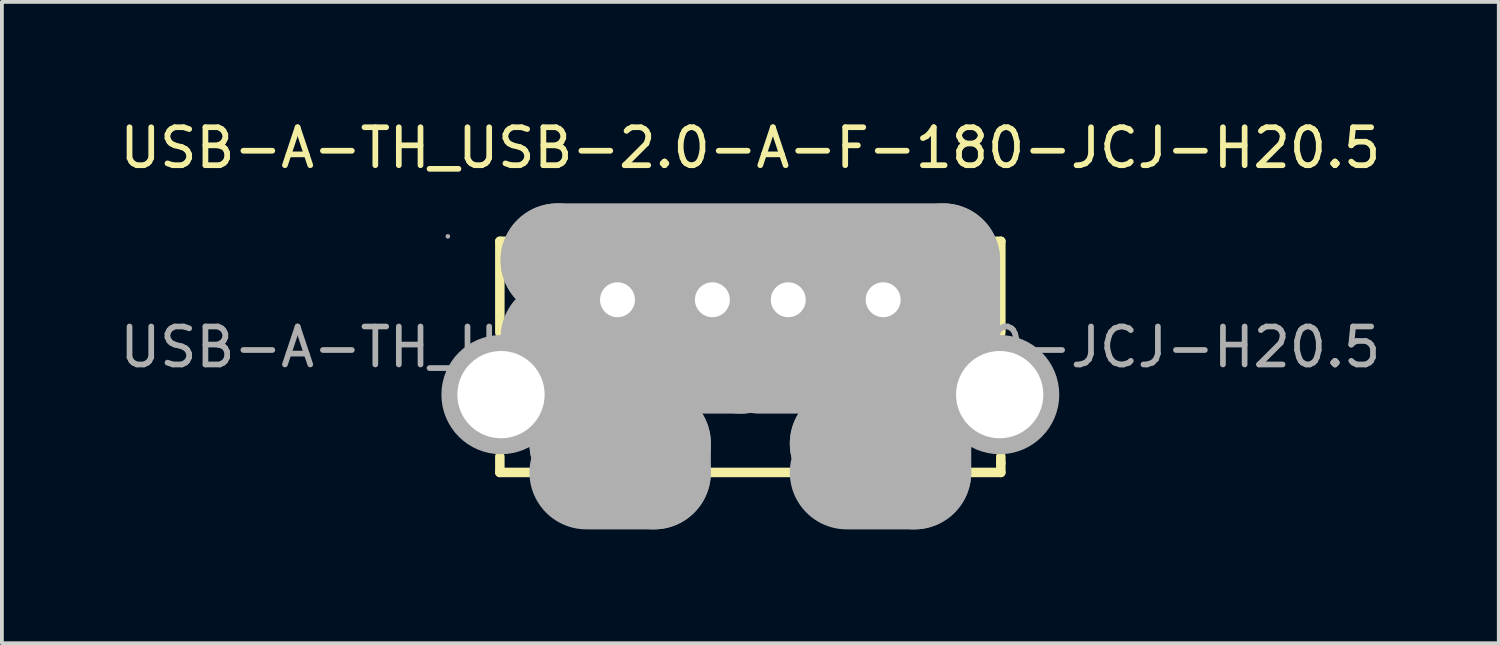
<source format=kicad_pcb>
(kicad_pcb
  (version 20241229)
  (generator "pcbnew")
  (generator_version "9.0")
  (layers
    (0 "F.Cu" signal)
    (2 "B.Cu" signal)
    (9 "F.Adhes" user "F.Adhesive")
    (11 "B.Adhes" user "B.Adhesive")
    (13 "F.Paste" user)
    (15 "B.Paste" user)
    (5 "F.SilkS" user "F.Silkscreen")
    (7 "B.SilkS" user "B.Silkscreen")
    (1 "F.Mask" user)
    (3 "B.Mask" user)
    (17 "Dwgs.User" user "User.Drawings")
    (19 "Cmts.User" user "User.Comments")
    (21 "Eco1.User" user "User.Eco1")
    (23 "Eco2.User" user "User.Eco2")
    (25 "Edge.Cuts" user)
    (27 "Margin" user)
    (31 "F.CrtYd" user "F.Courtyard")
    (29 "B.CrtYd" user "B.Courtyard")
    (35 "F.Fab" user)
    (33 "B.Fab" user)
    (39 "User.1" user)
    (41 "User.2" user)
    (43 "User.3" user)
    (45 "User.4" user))
  (footprint "USB-A-TH_USB-2.0-A-F-180-JCJ-H20.5"
    (layer "F.Cu")
    (at 16.72 6.098)
    (property "Reference" "USB-A-TH_USB-2.0-A-F-180-JCJ-H20.5" (at 0 -5.25 0) (layer "F.SilkS") (effects (font (size 1 1) (thickness 0.15))))
    (attr through_hole)
    (fp_line (start -6.6 -2.79) (end -6.6 -0.38) (stroke (width 0.25) (type solid)) (layer "F.SilkS"))
    (fp_line (start -6.6 2.88) (end -6.6 3.3) (stroke (width 0.25) (type solid)) (layer "F.SilkS"))
    (fp_line (start -6.6 3.3) (end 6.6 3.3) (stroke (width 0.25) (type solid)) (layer "F.SilkS"))
    (fp_line (start 6.6 -2.79) (end -6.6 -2.79) (stroke (width 0.25) (type solid)) (layer "F.SilkS"))
    (fp_line (start 6.6 -0.38) (end 6.6 -2.79) (stroke (width 0.25) (type solid)) (layer "F.SilkS"))
    (fp_line (start 6.6 3.05) (end 6.6 2.88) (stroke (width 0.25) (type solid)) (layer "F.SilkS"))
    (fp_line (start 6.6 3.3) (end 6.6 3.05) (stroke (width 0.25) (type solid)) (layer "F.SilkS"))
    (fp_line (start -5.08 -2.29) (end -5.08 -2.29) (stroke (width 3) (type solid)) (layer "F.Fab"))
    (fp_line (start -5.08 -2.29) (end 5.08 -2.29) (stroke (width 3) (type solid)) (layer "F.Fab"))
    (fp_line (start -4.32 -0.25) (end -4.32 -0.25) (stroke (width 3) (type solid)) (layer "F.Fab"))
    (fp_line (start -4.32 -0.25) (end -2.54 -0.25) (stroke (width 3) (type solid)) (layer "F.Fab"))
    (fp_line (start -4.32 2.54) (end -4.32 2.54) (stroke (width 3) (type solid)) (layer "F.Fab"))
    (fp_line (start -4.32 2.54) (end -2.54 2.54) (stroke (width 3) (type solid)) (layer "F.Fab"))
    (fp_line (start -2.54 -0.25) (end -2.54 0.25) (stroke (width 3) (type solid)) (layer "F.Fab"))
    (fp_line (start -2.54 0.25) (end -4.32 0.25) (stroke (width 3) (type solid)) (layer "F.Fab"))
    (fp_line (start -2.54 2.54) (end -2.54 3.3) (stroke (width 3) (type solid)) (layer "F.Fab"))
    (fp_line (start -2.54 3.3) (end -4.32 3.3) (stroke (width 3) (type solid)) (layer "F.Fab"))
    (fp_line (start -1.78 -0.25) (end -1.78 -0.25) (stroke (width 3) (type solid)) (layer "F.Fab"))
    (fp_line (start -1.78 -0.25) (end -0.25 -0.25) (stroke (width 3) (type solid)) (layer "F.Fab"))
    (fp_line (start -0.25 -0.25) (end -0.25 0.25) (stroke (width 3) (type solid)) (layer "F.Fab"))
    (fp_line (start -0.25 0.25) (end -1.78 0.25) (stroke (width 3) (type solid)) (layer "F.Fab"))
    (fp_line (start 0.25 -0.25) (end 0.25 -0.25) (stroke (width 3) (type solid)) (layer "F.Fab"))
    (fp_line (start 0.25 -0.25) (end 1.78 -0.25) (stroke (width 3) (type solid)) (layer "F.Fab"))
    (fp_line (start 1.78 -0.25) (end 1.78 0.25) (stroke (width 3) (type solid)) (layer "F.Fab"))
    (fp_line (start 1.78 0.25) (end 0.25 0.25) (stroke (width 3) (type solid)) (layer "F.Fab"))
    (fp_line (start 2.54 -0.25) (end 2.54 -0.25) (stroke (width 3) (type solid)) (layer "F.Fab"))
    (fp_line (start 2.54 -0.25) (end 4.32 -0.25) (stroke (width 3) (type solid)) (layer "F.Fab"))
    (fp_line (start 2.54 2.54) (end 2.54 2.54) (stroke (width 3) (type solid)) (layer "F.Fab"))
    (fp_line (start 2.54 2.54) (end 4.32 2.54) (stroke (width 3) (type solid)) (layer "F.Fab"))
    (fp_line (start 4.32 -0.25) (end 4.32 0.25) (stroke (width 3) (type solid)) (layer "F.Fab"))
    (fp_line (start 4.32 0.25) (end 2.54 0.25) (stroke (width 3) (type solid)) (layer "F.Fab"))
    (fp_line (start 4.32 2.54) (end 4.32 3.3) (stroke (width 3) (type solid)) (layer "F.Fab"))
    (fp_line (start 4.32 3.3) (end 2.54 3.3) (stroke (width 3) (type solid)) (layer "F.Fab"))
    (fp_line (start 5.08 -2.29) (end 5.08 -0.25) (stroke (width 3) (type solid)) (layer "F.Fab"))
    (fp_line (start 5.08 -0.25) (end -5.08 -0.25) (stroke (width 3) (type solid)) (layer "F.Fab"))
    (fp_circle (center -7.97 -2.92) (end -7.94 -2.92) (stroke (width 0.06) (type solid)) (fill no) (layer "F.Fab"))
    (fp_circle (center -6.57 1.25) (end -6.05 1.25) (stroke (width 1.05) (type solid)) (fill no) (layer "F.Fab"))
    (fp_circle (center -3.5 -1.25) (end -3.32 -1.25) (stroke (width 0.36) (type solid)) (fill no) (layer "F.Fab"))
    (fp_circle (center -1 -1.25) (end -0.82 -1.25) (stroke (width 0.36) (type solid)) (fill no) (layer "F.Fab"))
    (fp_circle (center 1 -1.25) (end 1.18 -1.25) (stroke (width 0.36) (type solid)) (fill no) (layer "F.Fab"))
    (fp_circle (center 3.5 -1.25) (end 3.68 -1.25) (stroke (width 0.36) (type solid)) (fill no) (layer "F.Fab"))
    (fp_circle (center 6.57 1.25) (end 7.09 1.25) (stroke (width 1.05) (type solid)) (fill no) (layer "F.Fab"))
    (fp_text user "${REFERENCE}" (at 0 0 0) (layer "F.Fab") (effects (font (size 1 1) (thickness 0.15))))
    (pad "1" thru_hole rect (at -3.5 -1.25) (size 1.52 1.52) (drill 0.92) (layers "*.Cu" "*.Mask"))
    (pad "2" thru_hole circle (at -1 -1.25) (size 1.52 1.52) (drill 0.92) (layers "*.Cu" "*.Mask"))
    (pad "3" thru_hole circle (at 1 -1.25) (size 1.52 1.52) (drill 0.92) (layers "*.Cu" "*.Mask"))
    (pad "4" thru_hole circle (at 3.5 -1.25) (size 1.52 1.52) (drill 0.92) (layers "*.Cu" "*.Mask"))
    (pad "5" thru_hole circle (at 6.57 1.25) (size 2.8 2.8) (drill 2.3) (layers "*.Cu" "*.Mask"))
    (pad "6" thru_hole circle (at -6.57 1.25) (size 2.8 2.8) (drill 2.3) (layers "*.Cu" "*.Mask")))
  (gr_rect
    (start -3 -3)
    (end 36.44 13.898)
    (stroke (width 0.1) (type default))
    (fill no)
    (layer "Edge.Cuts")))
</source>
